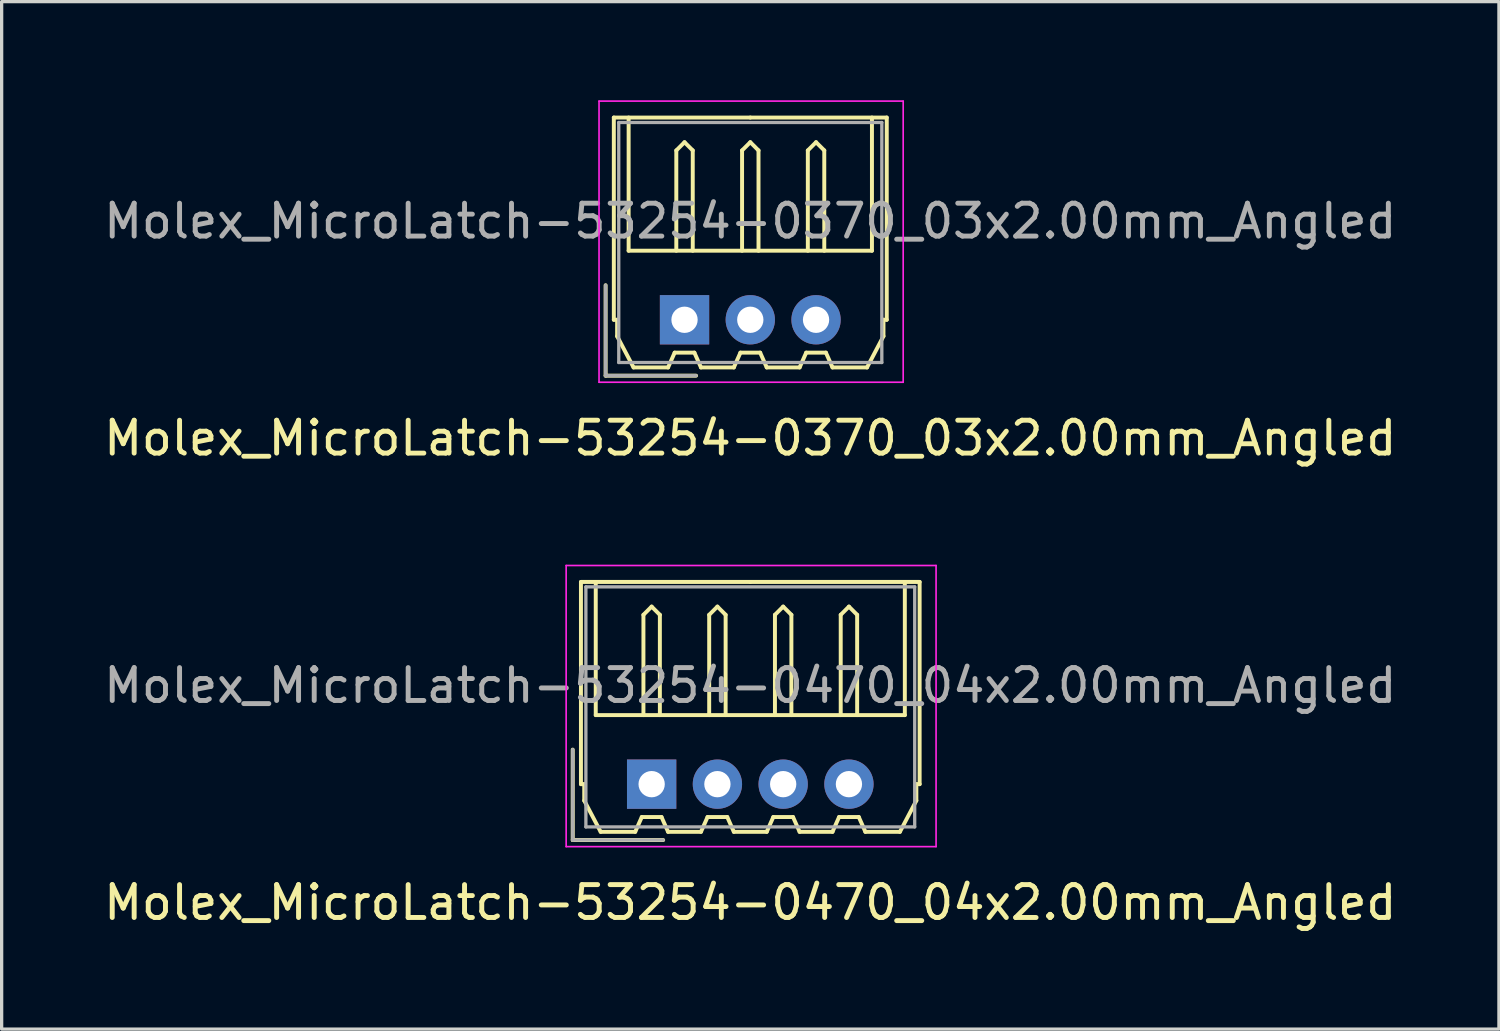
<source format=kicad_pcb>
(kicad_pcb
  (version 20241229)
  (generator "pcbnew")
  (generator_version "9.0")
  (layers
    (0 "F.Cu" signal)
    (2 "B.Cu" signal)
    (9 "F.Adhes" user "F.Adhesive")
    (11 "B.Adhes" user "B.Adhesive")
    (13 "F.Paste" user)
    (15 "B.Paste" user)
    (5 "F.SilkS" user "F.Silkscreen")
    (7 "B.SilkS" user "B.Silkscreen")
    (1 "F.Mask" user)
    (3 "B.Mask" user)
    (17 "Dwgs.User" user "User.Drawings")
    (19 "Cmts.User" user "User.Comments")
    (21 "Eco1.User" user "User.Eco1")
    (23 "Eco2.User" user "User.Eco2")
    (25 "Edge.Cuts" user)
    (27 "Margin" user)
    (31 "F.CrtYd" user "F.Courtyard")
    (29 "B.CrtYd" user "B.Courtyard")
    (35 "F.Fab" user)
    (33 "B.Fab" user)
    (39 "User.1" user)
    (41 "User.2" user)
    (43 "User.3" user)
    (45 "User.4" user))
  (footprint "Molex_MicroLatch-53254-0370_03x2.00mm_Angled"
    (layer "F.Cu")
    (at 17.768 6.675)
    (property "Reference" "Molex_MicroLatch-53254-0370_03x2.00mm_Angled" (at 2 3.6 0) (layer "F.SilkS") (effects (font (size 1 1) (thickness 0.15))))
    (attr through_hole)
    (fp_line (start -2.4 1.7) (end -2.4 -1.05) (stroke (width 0.12) (type solid)) (layer "F.SilkS"))
    (fp_line (start -2.15 -6.15) (end 2 -6.15) (stroke (width 0.12) (type solid)) (layer "F.SilkS"))
    (fp_line (start -2.15 0) (end -2.15 -6.15) (stroke (width 0.12) (type solid)) (layer "F.SilkS"))
    (fp_line (start -2.05 0) (end -2.15 0) (stroke (width 0.12) (type solid)) (layer "F.SilkS"))
    (fp_line (start -2.05 0.5) (end -2.05 0) (stroke (width 0.12) (type solid)) (layer "F.SilkS"))
    (fp_line (start -1.7 -6.15) (end -1.7 -2.1) (stroke (width 0.12) (type solid)) (layer "F.SilkS"))
    (fp_line (start -1.7 -2.1) (end 5.7 -2.1) (stroke (width 0.12) (type solid)) (layer "F.SilkS"))
    (fp_line (start -1.55 1.45) (end -2.05 0.5) (stroke (width 0.12) (type solid)) (layer "F.SilkS"))
    (fp_line (start -0.5 1.45) (end -1.55 1.45) (stroke (width 0.12) (type solid)) (layer "F.SilkS"))
    (fp_line (start -0.3 1) (end -0.5 1.45) (stroke (width 0.12) (type solid)) (layer "F.SilkS"))
    (fp_line (start -0.3 1) (end 0.3 1) (stroke (width 0.12) (type solid)) (layer "F.SilkS"))
    (fp_line (start -0.25 -5.15) (end 0 -5.4) (stroke (width 0.12) (type solid)) (layer "F.SilkS"))
    (fp_line (start -0.25 -2.1) (end -0.25 -5.15) (stroke (width 0.12) (type solid)) (layer "F.SilkS"))
    (fp_line (start 0 -5.4) (end 0.25 -5.15) (stroke (width 0.12) (type solid)) (layer "F.SilkS"))
    (fp_line (start 0.25 -5.15) (end 0.25 -2.1) (stroke (width 0.12) (type solid)) (layer "F.SilkS"))
    (fp_line (start 0.3 1) (end 0.5 1.45) (stroke (width 0.12) (type solid)) (layer "F.SilkS"))
    (fp_line (start 0.35 1.7) (end -2.4 1.7) (stroke (width 0.12) (type solid)) (layer "F.SilkS"))
    (fp_line (start 0.5 1.45) (end 1.5 1.45) (stroke (width 0.12) (type solid)) (layer "F.SilkS"))
    (fp_line (start 1.5 1.45) (end 1.7 1) (stroke (width 0.12) (type solid)) (layer "F.SilkS"))
    (fp_line (start 1.7 1) (end 2.3 1) (stroke (width 0.12) (type solid)) (layer "F.SilkS"))
    (fp_line (start 1.75 -5.15) (end 2 -5.4) (stroke (width 0.12) (type solid)) (layer "F.SilkS"))
    (fp_line (start 1.75 -2.1) (end 1.75 -5.15) (stroke (width 0.12) (type solid)) (layer "F.SilkS"))
    (fp_line (start 2 -5.4) (end 2.25 -5.15) (stroke (width 0.12) (type solid)) (layer "F.SilkS"))
    (fp_line (start 2.25 -5.15) (end 2.25 -2.1) (stroke (width 0.12) (type solid)) (layer "F.SilkS"))
    (fp_line (start 2.3 1) (end 2.5 1.45) (stroke (width 0.12) (type solid)) (layer "F.SilkS"))
    (fp_line (start 2.5 1.45) (end 3.5 1.45) (stroke (width 0.12) (type solid)) (layer "F.SilkS"))
    (fp_line (start 3.5 1.45) (end 3.7 1) (stroke (width 0.12) (type solid)) (layer "F.SilkS"))
    (fp_line (start 3.7 1) (end 4.3 1) (stroke (width 0.12) (type solid)) (layer "F.SilkS"))
    (fp_line (start 3.75 -5.15) (end 4 -5.4) (stroke (width 0.12) (type solid)) (layer "F.SilkS"))
    (fp_line (start 3.75 -2.1) (end 3.75 -5.15) (stroke (width 0.12) (type solid)) (layer "F.SilkS"))
    (fp_line (start 4 -5.4) (end 4.25 -5.15) (stroke (width 0.12) (type solid)) (layer "F.SilkS"))
    (fp_line (start 4.25 -5.15) (end 4.25 -2.1) (stroke (width 0.12) (type solid)) (layer "F.SilkS"))
    (fp_line (start 4.3 1) (end 4.5 1.45) (stroke (width 0.12) (type solid)) (layer "F.SilkS"))
    (fp_line (start 4.5 1.45) (end 5.55 1.45) (stroke (width 0.12) (type solid)) (layer "F.SilkS"))
    (fp_line (start 5.55 1.45) (end 6.05 0.5) (stroke (width 0.12) (type solid)) (layer "F.SilkS"))
    (fp_line (start 5.7 -2.1) (end 5.7 -6.15) (stroke (width 0.12) (type solid)) (layer "F.SilkS"))
    (fp_line (start 6.05 0) (end 6.15 0) (stroke (width 0.12) (type solid)) (layer "F.SilkS"))
    (fp_line (start 6.05 0.5) (end 6.05 0) (stroke (width 0.12) (type solid)) (layer "F.SilkS"))
    (fp_line (start 6.15 -6.15) (end 2 -6.15) (stroke (width 0.12) (type solid)) (layer "F.SilkS"))
    (fp_line (start 6.15 0) (end 6.15 -6.15) (stroke (width 0.12) (type solid)) (layer "F.SilkS"))
    (fp_line (start -2.6 -6.65) (end -2.6 1.9) (stroke (width 0.05) (type solid)) (layer "F.CrtYd"))
    (fp_line (start -2.6 1.9) (end 6.65 1.9) (stroke (width 0.05) (type solid)) (layer "F.CrtYd"))
    (fp_line (start 6.65 -6.65) (end -2.6 -6.65) (stroke (width 0.05) (type solid)) (layer "F.CrtYd"))
    (fp_line (start 6.65 1.9) (end 6.65 -6.65) (stroke (width 0.05) (type solid)) (layer "F.CrtYd"))
    (fp_line (start -2.4 1.7) (end -2.4 -1.05) (stroke (width 0.1) (type solid)) (layer "F.Fab"))
    (fp_line (start -2 -6) (end -2 1.3) (stroke (width 0.1) (type solid)) (layer "F.Fab"))
    (fp_line (start -2 1.3) (end 6 1.3) (stroke (width 0.1) (type solid)) (layer "F.Fab"))
    (fp_line (start 0.35 1.7) (end -2.4 1.7) (stroke (width 0.1) (type solid)) (layer "F.Fab"))
    (fp_line (start 6 -6) (end -2 -6) (stroke (width 0.1) (type solid)) (layer "F.Fab"))
    (fp_line (start 6 1.3) (end 6 -6) (stroke (width 0.1) (type solid)) (layer "F.Fab"))
    (fp_text user "${REFERENCE}" (at 2 -3 0) (layer "F.Fab") (effects (font (size 1 1) (thickness 0.15))))
    (pad "1" thru_hole rect (at 0 0) (size 1.5 1.5) (drill 0.8) (layers "*.Cu" "*.Mask"))
    (pad "2" thru_hole circle (at 2 0) (size 1.5 1.5) (drill 0.8) (layers "*.Cu" "*.Mask"))
    (pad "3" thru_hole circle (at 4 0) (size 1.5 1.5) (drill 0.8) (layers "*.Cu" "*.Mask")))
  (footprint "Molex_MicroLatch-53254-0470_04x2.00mm_Angled"
    (layer "F.Cu")
    (at 16.768 20.798)
    (property "Reference" "Molex_MicroLatch-53254-0470_04x2.00mm_Angled" (at 3 3.6 0) (layer "F.SilkS") (effects (font (size 1 1) (thickness 0.15))))
    (attr through_hole)
    (fp_line (start -2.4 1.7) (end -2.4 -1.05) (stroke (width 0.12) (type solid)) (layer "F.SilkS"))
    (fp_line (start -2.15 -6.15) (end 3 -6.15) (stroke (width 0.12) (type solid)) (layer "F.SilkS"))
    (fp_line (start -2.15 0) (end -2.15 -6.15) (stroke (width 0.12) (type solid)) (layer "F.SilkS"))
    (fp_line (start -2.05 0) (end -2.15 0) (stroke (width 0.12) (type solid)) (layer "F.SilkS"))
    (fp_line (start -2.05 0.5) (end -2.05 0) (stroke (width 0.12) (type solid)) (layer "F.SilkS"))
    (fp_line (start -1.7 -6.15) (end -1.7 -2.1) (stroke (width 0.12) (type solid)) (layer "F.SilkS"))
    (fp_line (start -1.7 -2.1) (end 7.7 -2.1) (stroke (width 0.12) (type solid)) (layer "F.SilkS"))
    (fp_line (start -1.55 1.45) (end -2.05 0.5) (stroke (width 0.12) (type solid)) (layer "F.SilkS"))
    (fp_line (start -0.5 1.45) (end -1.55 1.45) (stroke (width 0.12) (type solid)) (layer "F.SilkS"))
    (fp_line (start -0.3 1) (end -0.5 1.45) (stroke (width 0.12) (type solid)) (layer "F.SilkS"))
    (fp_line (start -0.3 1) (end 0.3 1) (stroke (width 0.12) (type solid)) (layer "F.SilkS"))
    (fp_line (start -0.25 -5.15) (end 0 -5.4) (stroke (width 0.12) (type solid)) (layer "F.SilkS"))
    (fp_line (start -0.25 -2.1) (end -0.25 -5.15) (stroke (width 0.12) (type solid)) (layer "F.SilkS"))
    (fp_line (start 0 -5.4) (end 0.25 -5.15) (stroke (width 0.12) (type solid)) (layer "F.SilkS"))
    (fp_line (start 0.25 -5.15) (end 0.25 -2.1) (stroke (width 0.12) (type solid)) (layer "F.SilkS"))
    (fp_line (start 0.3 1) (end 0.5 1.45) (stroke (width 0.12) (type solid)) (layer "F.SilkS"))
    (fp_line (start 0.35 1.7) (end -2.4 1.7) (stroke (width 0.12) (type solid)) (layer "F.SilkS"))
    (fp_line (start 0.5 1.45) (end 1.5 1.45) (stroke (width 0.12) (type solid)) (layer "F.SilkS"))
    (fp_line (start 1.5 1.45) (end 1.7 1) (stroke (width 0.12) (type solid)) (layer "F.SilkS"))
    (fp_line (start 1.7 1) (end 2.3 1) (stroke (width 0.12) (type solid)) (layer "F.SilkS"))
    (fp_line (start 1.75 -5.15) (end 2 -5.4) (stroke (width 0.12) (type solid)) (layer "F.SilkS"))
    (fp_line (start 1.75 -2.1) (end 1.75 -5.15) (stroke (width 0.12) (type solid)) (layer "F.SilkS"))
    (fp_line (start 2 -5.4) (end 2.25 -5.15) (stroke (width 0.12) (type solid)) (layer "F.SilkS"))
    (fp_line (start 2.25 -5.15) (end 2.25 -2.1) (stroke (width 0.12) (type solid)) (layer "F.SilkS"))
    (fp_line (start 2.3 1) (end 2.5 1.45) (stroke (width 0.12) (type solid)) (layer "F.SilkS"))
    (fp_line (start 2.5 1.45) (end 3.5 1.45) (stroke (width 0.12) (type solid)) (layer "F.SilkS"))
    (fp_line (start 3.5 1.45) (end 3.7 1) (stroke (width 0.12) (type solid)) (layer "F.SilkS"))
    (fp_line (start 3.7 1) (end 4.3 1) (stroke (width 0.12) (type solid)) (layer "F.SilkS"))
    (fp_line (start 3.75 -5.15) (end 4 -5.4) (stroke (width 0.12) (type solid)) (layer "F.SilkS"))
    (fp_line (start 3.75 -2.1) (end 3.75 -5.15) (stroke (width 0.12) (type solid)) (layer "F.SilkS"))
    (fp_line (start 4 -5.4) (end 4.25 -5.15) (stroke (width 0.12) (type solid)) (layer "F.SilkS"))
    (fp_line (start 4.25 -5.15) (end 4.25 -2.1) (stroke (width 0.12) (type solid)) (layer "F.SilkS"))
    (fp_line (start 4.3 1) (end 4.5 1.45) (stroke (width 0.12) (type solid)) (layer "F.SilkS"))
    (fp_line (start 4.5 1.45) (end 5.5 1.45) (stroke (width 0.12) (type solid)) (layer "F.SilkS"))
    (fp_line (start 5.5 1.45) (end 5.7 1) (stroke (width 0.12) (type solid)) (layer "F.SilkS"))
    (fp_line (start 5.7 1) (end 6.3 1) (stroke (width 0.12) (type solid)) (layer "F.SilkS"))
    (fp_line (start 5.75 -5.15) (end 6 -5.4) (stroke (width 0.12) (type solid)) (layer "F.SilkS"))
    (fp_line (start 5.75 -2.1) (end 5.75 -5.15) (stroke (width 0.12) (type solid)) (layer "F.SilkS"))
    (fp_line (start 6 -5.4) (end 6.25 -5.15) (stroke (width 0.12) (type solid)) (layer "F.SilkS"))
    (fp_line (start 6.25 -5.15) (end 6.25 -2.1) (stroke (width 0.12) (type solid)) (layer "F.SilkS"))
    (fp_line (start 6.3 1) (end 6.5 1.45) (stroke (width 0.12) (type solid)) (layer "F.SilkS"))
    (fp_line (start 6.5 1.45) (end 7.55 1.45) (stroke (width 0.12) (type solid)) (layer "F.SilkS"))
    (fp_line (start 7.55 1.45) (end 8.05 0.5) (stroke (width 0.12) (type solid)) (layer "F.SilkS"))
    (fp_line (start 7.7 -2.1) (end 7.7 -6.15) (stroke (width 0.12) (type solid)) (layer "F.SilkS"))
    (fp_line (start 8.05 0) (end 8.15 0) (stroke (width 0.12) (type solid)) (layer "F.SilkS"))
    (fp_line (start 8.05 0.5) (end 8.05 0) (stroke (width 0.12) (type solid)) (layer "F.SilkS"))
    (fp_line (start 8.15 -6.15) (end 3 -6.15) (stroke (width 0.12) (type solid)) (layer "F.SilkS"))
    (fp_line (start 8.15 0) (end 8.15 -6.15) (stroke (width 0.12) (type solid)) (layer "F.SilkS"))
    (fp_line (start -2.6 -6.65) (end -2.6 1.9) (stroke (width 0.05) (type solid)) (layer "F.CrtYd"))
    (fp_line (start -2.6 1.9) (end 8.65 1.9) (stroke (width 0.05) (type solid)) (layer "F.CrtYd"))
    (fp_line (start 8.65 -6.65) (end -2.6 -6.65) (stroke (width 0.05) (type solid)) (layer "F.CrtYd"))
    (fp_line (start 8.65 1.9) (end 8.65 -6.65) (stroke (width 0.05) (type solid)) (layer "F.CrtYd"))
    (fp_line (start -2.4 1.7) (end -2.4 -1.05) (stroke (width 0.1) (type solid)) (layer "F.Fab"))
    (fp_line (start -2 -6) (end -2 1.3) (stroke (width 0.1) (type solid)) (layer "F.Fab"))
    (fp_line (start -2 1.3) (end 8 1.3) (stroke (width 0.1) (type solid)) (layer "F.Fab"))
    (fp_line (start 0.35 1.7) (end -2.4 1.7) (stroke (width 0.1) (type solid)) (layer "F.Fab"))
    (fp_line (start 8 -6) (end -2 -6) (stroke (width 0.1) (type solid)) (layer "F.Fab"))
    (fp_line (start 8 1.3) (end 8 -6) (stroke (width 0.1) (type solid)) (layer "F.Fab"))
    (fp_text user "${REFERENCE}" (at 3 -3 0) (layer "F.Fab") (effects (font (size 1 1) (thickness 0.15))))
    (pad "1" thru_hole rect (at 0 0) (size 1.5 1.5) (drill 0.8) (layers "*.Cu" "*.Mask"))
    (pad "2" thru_hole circle (at 2 0) (size 1.5 1.5) (drill 0.8) (layers "*.Cu" "*.Mask"))
    (pad "3" thru_hole circle (at 4 0) (size 1.5 1.5) (drill 0.8) (layers "*.Cu" "*.Mask"))
    (pad "4" thru_hole circle (at 6 0) (size 1.5 1.5) (drill 0.8) (layers "*.Cu" "*.Mask")))
  (gr_rect
    (start -3 -3)
    (end 42.536 28.247)
    (stroke (width 0.1) (type default))
    (fill no)
    (layer "Edge.Cuts")))
</source>
